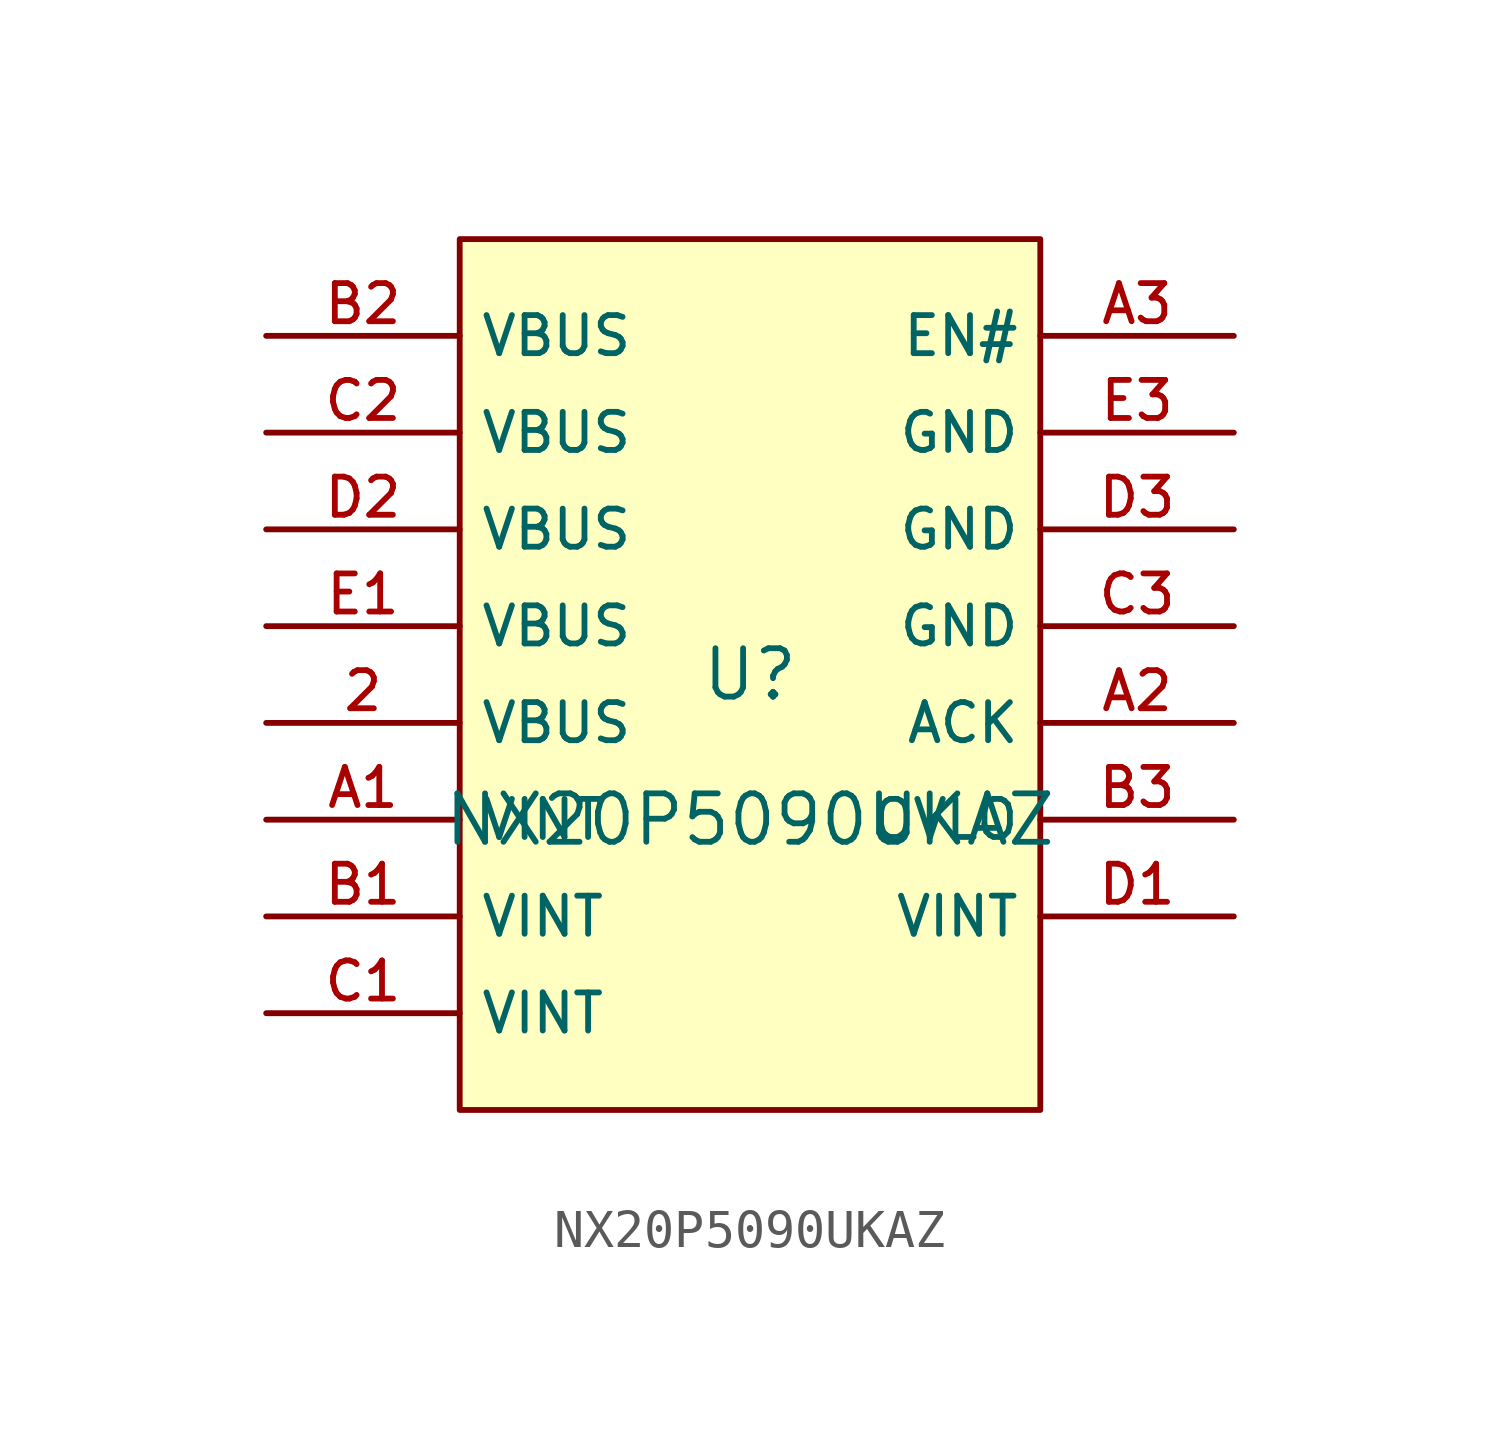
<source format=kicad_sym>
(kicad_symbol_lib
  (version 20210201)
  (generator TousstNicolas/JLC2KiCad_lib)
  (symbol "NX20P5090UKAZ"
    (property "Reference" "U"
      (at 0 1.27 0)
      (effects (font (size 1.27 1.27))))
    (property "Value" "NX20P5090UKAZ"
      (at 0 -2.54 0)
      (effects (font (size 1.27 1.27))))
    (symbol "NX20P5090UKAZ_0_1"
      (pin unspecified line (at -12.7 10.16 0) (length 5.08) (name "VBUS" (effects (font (size 1 1)))) (number "B2" (effects (font (size 1 1)))))
      (pin unspecified line (at -12.7 7.62 0) (length 5.08) (name "VBUS" (effects (font (size 1 1)))) (number "C2" (effects (font (size 1 1)))))
      (pin unspecified line (at -12.7 5.08 0) (length 5.08) (name "VBUS" (effects (font (size 1 1)))) (number "D2" (effects (font (size 1 1)))))
      (pin unspecified line (at -12.7 2.54 0) (length 5.08) (name "VBUS" (effects (font (size 1 1)))) (number "E1" (effects (font (size 1 1)))))
      (pin unspecified line (at -12.7 -0.0 0) (length 5.08) (name "VBUS" (effects (font (size 1 1)))) (number "2" (effects (font (size 1 1)))))
      (pin unspecified line (at -12.7 -2.54 0) (length 5.08) (name "VINT" (effects (font (size 1 1)))) (number "A1" (effects (font (size 1 1)))))
      (pin unspecified line (at -12.7 -5.08 0) (length 5.08) (name "VINT" (effects (font (size 1 1)))) (number "B1" (effects (font (size 1 1)))))
      (pin unspecified line (at -12.7 -7.62 0) (length 5.08) (name "VINT" (effects (font (size 1 1)))) (number "C1" (effects (font (size 1 1)))))
      (pin unspecified line (at 12.7 -5.08 180) (length 5.08) (name "VINT" (effects (font (size 1 1)))) (number "D1" (effects (font (size 1 1)))))
      (pin unspecified line (at 12.7 -2.54 180) (length 5.08) (name "OVLO" (effects (font (size 1 1)))) (number "B3" (effects (font (size 1 1)))))
      (pin unspecified line (at 12.7 -0.0 180) (length 5.08) (name "ACK" (effects (font (size 1 1)))) (number "A2" (effects (font (size 1 1)))))
      (pin unspecified line (at 12.7 2.54 180) (length 5.08) (name "GND" (effects (font (size 1 1)))) (number "C3" (effects (font (size 1 1)))))
      (pin unspecified line (at 12.7 5.08 180) (length 5.08) (name "GND" (effects (font (size 1 1)))) (number "D3" (effects (font (size 1 1)))))
      (pin unspecified line (at 12.7 7.62 180) (length 5.08) (name "GND" (effects (font (size 1 1)))) (number "E3" (effects (font (size 1 1)))))
      (pin unspecified line (at 12.7 10.16 180) (length 5.08) (name "EN#" (effects (font (size 1 1)))) (number "A3" (effects (font (size 1 1)))))
      (rectangle (start -7.62 12.7) (end 7.62 -10.16) (stroke (width 0) (type default) (color 0 0 0 0)) (fill (type background))))))
</source>
